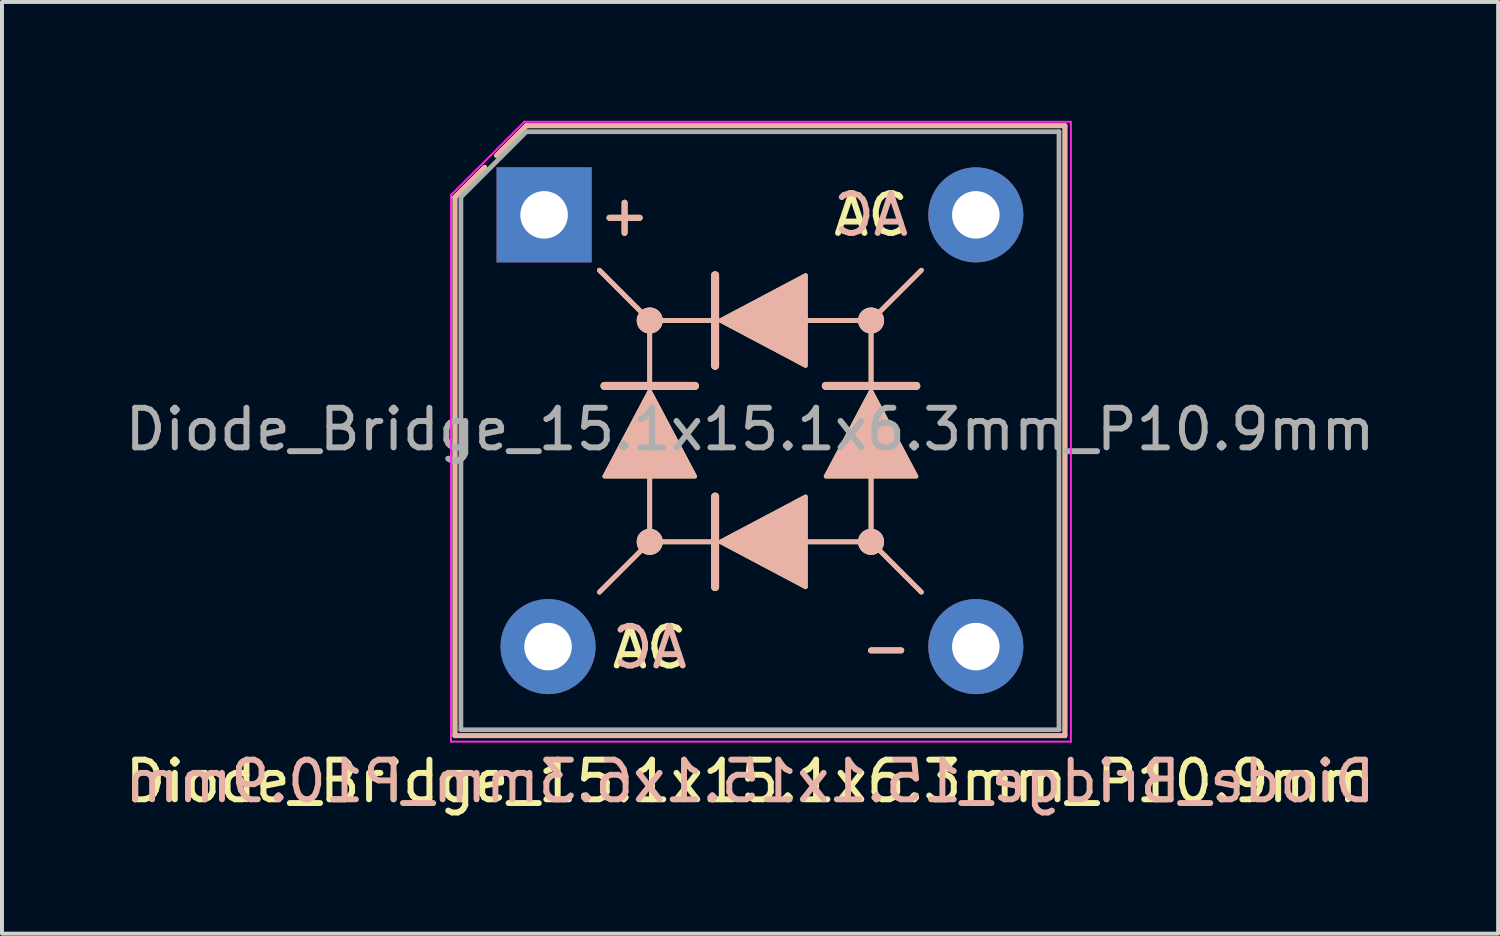
<source format=kicad_pcb>
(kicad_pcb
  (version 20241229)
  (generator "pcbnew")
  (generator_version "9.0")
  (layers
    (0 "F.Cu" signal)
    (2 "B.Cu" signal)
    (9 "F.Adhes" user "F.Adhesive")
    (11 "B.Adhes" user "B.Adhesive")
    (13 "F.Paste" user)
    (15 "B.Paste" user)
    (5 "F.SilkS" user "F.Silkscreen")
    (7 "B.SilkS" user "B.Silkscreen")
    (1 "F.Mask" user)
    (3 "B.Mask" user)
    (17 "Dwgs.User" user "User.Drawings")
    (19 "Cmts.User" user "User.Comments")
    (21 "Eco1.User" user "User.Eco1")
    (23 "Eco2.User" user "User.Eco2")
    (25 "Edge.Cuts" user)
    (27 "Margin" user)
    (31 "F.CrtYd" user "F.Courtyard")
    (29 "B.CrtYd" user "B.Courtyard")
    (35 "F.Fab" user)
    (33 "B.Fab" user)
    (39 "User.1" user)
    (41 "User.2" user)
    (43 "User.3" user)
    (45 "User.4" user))
  (footprint "Diode_Bridge_15.1x15.1x6.3mm_P10.9mm"
    (layer "F.Cu")
    (at 10.687 2.375)
    (property "Reference" "Diode_Bridge_15.1x15.1x6.3mm_P10.9mm" (at 5.2 14.3 180) (layer "F.SilkS") (effects (font (size 1 1) (thickness 0.15))))
    (fp_line (start -2.25 -0.45) (end -1.5 -1.2) (stroke (width 0.12) (type solid)) (layer "F.SilkS"))
    (fp_line (start -2.25 13.15) (end -2.25 -0.45) (stroke (width 0.12) (type solid)) (layer "F.SilkS"))
    (fp_line (start -1.2 -1.5) (end -0.45 -2.25) (stroke (width 0.12) (type solid)) (layer "F.SilkS"))
    (fp_line (start -0.45 -2.25) (end 13.15 -2.25) (stroke (width 0.12) (type solid)) (layer "F.SilkS"))
    (fp_line (start 1.397 1.397) (end 2.667 2.667) (stroke (width 0.12) (type solid)) (layer "F.SilkS"))
    (fp_line (start 1.397 9.525) (end 2.667 8.255) (stroke (width 0.12) (type solid)) (layer "F.SilkS"))
    (fp_line (start 2.667 4.318) (end 1.524 4.318) (stroke (width 0.2) (type solid)) (layer "F.SilkS"))
    (fp_line (start 2.667 4.318) (end 2.667 2.667) (stroke (width 0.12) (type solid)) (layer "F.SilkS"))
    (fp_line (start 2.667 8.255) (end 2.667 6.604) (stroke (width 0.12) (type solid)) (layer "F.SilkS"))
    (fp_line (start 3.81 4.318) (end 2.667 4.318) (stroke (width 0.2) (type solid)) (layer "F.SilkS"))
    (fp_line (start 4.318 1.524) (end 4.318 2.667) (stroke (width 0.2) (type solid)) (layer "F.SilkS"))
    (fp_line (start 4.318 2.667) (end 2.667 2.667) (stroke (width 0.12) (type solid)) (layer "F.SilkS"))
    (fp_line (start 4.318 2.667) (end 4.318 3.81) (stroke (width 0.2) (type solid)) (layer "F.SilkS"))
    (fp_line (start 4.318 7.112) (end 4.318 8.255) (stroke (width 0.2) (type solid)) (layer "F.SilkS"))
    (fp_line (start 4.318 8.255) (end 2.667 8.255) (stroke (width 0.12) (type solid)) (layer "F.SilkS"))
    (fp_line (start 4.318 8.255) (end 4.318 9.398) (stroke (width 0.2) (type solid)) (layer "F.SilkS"))
    (fp_line (start 8.255 2.667) (end 6.604 2.667) (stroke (width 0.12) (type solid)) (layer "F.SilkS"))
    (fp_line (start 8.255 4.318) (end 7.112 4.318) (stroke (width 0.2) (type solid)) (layer "F.SilkS"))
    (fp_line (start 8.255 4.318) (end 8.255 2.667) (stroke (width 0.12) (type solid)) (layer "F.SilkS"))
    (fp_line (start 8.255 8.255) (end 6.604 8.255) (stroke (width 0.12) (type solid)) (layer "F.SilkS"))
    (fp_line (start 8.255 8.255) (end 8.255 6.604) (stroke (width 0.12) (type solid)) (layer "F.SilkS"))
    (fp_line (start 9.398 4.318) (end 8.255 4.318) (stroke (width 0.2) (type solid)) (layer "F.SilkS"))
    (fp_line (start 9.525 1.397) (end 8.255 2.667) (stroke (width 0.12) (type solid)) (layer "F.SilkS"))
    (fp_line (start 9.525 9.525) (end 8.255 8.255) (stroke (width 0.12) (type solid)) (layer "F.SilkS"))
    (fp_line (start 13.15 -2.25) (end 13.15 13.15) (stroke (width 0.12) (type solid)) (layer "F.SilkS"))
    (fp_line (start 13.15 13.15) (end -2.25 13.15) (stroke (width 0.12) (type solid)) (layer "F.SilkS"))
    (fp_circle (center 2.667 2.667) (end 2.731 2.603) (stroke (width 0.12) (type solid)) (fill no) (layer "F.SilkS"))
    (fp_circle (center 2.667 2.667) (end 2.794 2.54) (stroke (width 0.12) (type solid)) (fill no) (layer "F.SilkS"))
    (fp_circle (center 2.667 2.667) (end 2.857 2.477) (stroke (width 0.12) (type solid)) (fill no) (layer "F.SilkS"))
    (fp_circle (center 2.667 8.255) (end 2.731 8.191) (stroke (width 0.12) (type solid)) (fill no) (layer "F.SilkS"))
    (fp_circle (center 2.667 8.255) (end 2.794 8.128) (stroke (width 0.12) (type solid)) (fill no) (layer "F.SilkS"))
    (fp_circle (center 2.667 8.255) (end 2.857 8.065) (stroke (width 0.12) (type solid)) (fill no) (layer "F.SilkS"))
    (fp_circle (center 8.255 2.667) (end 8.319 2.603) (stroke (width 0.12) (type solid)) (fill no) (layer "F.SilkS"))
    (fp_circle (center 8.255 2.667) (end 8.382 2.54) (stroke (width 0.12) (type solid)) (fill no) (layer "F.SilkS"))
    (fp_circle (center 8.255 2.667) (end 8.445 2.477) (stroke (width 0.12) (type solid)) (fill no) (layer "F.SilkS"))
    (fp_circle (center 8.255 8.255) (end 8.319 8.191) (stroke (width 0.12) (type solid)) (fill no) (layer "F.SilkS"))
    (fp_circle (center 8.255 8.255) (end 8.382 8.128) (stroke (width 0.12) (type solid)) (fill no) (layer "F.SilkS"))
    (fp_circle (center 8.255 8.255) (end 8.445 8.065) (stroke (width 0.12) (type solid)) (fill no) (layer "F.SilkS"))
    (fp_poly (pts (xy 3.81 6.604) (xy 1.524 6.604) (xy 2.667 4.445)) (stroke (width 0.1) (type solid)) (fill yes) (layer "F.SilkS"))
    (fp_poly (pts (xy 6.604 1.524) (xy 6.604 3.81) (xy 4.445 2.667)) (stroke (width 0.1) (type solid)) (fill yes) (layer "F.SilkS"))
    (fp_poly (pts (xy 6.604 7.112) (xy 6.604 9.398) (xy 4.445 8.255)) (stroke (width 0.1) (type solid)) (fill yes) (layer "F.SilkS"))
    (fp_poly (pts (xy 9.398 6.604) (xy 7.112 6.604) (xy 8.255 4.445)) (stroke (width 0.1) (type solid)) (fill yes) (layer "F.SilkS"))
    (fp_line (start -2.25 -0.45) (end -1.5 -1.2) (stroke (width 0.12) (type solid)) (layer "B.SilkS"))
    (fp_line (start -2.25 13.15) (end -2.25 -0.45) (stroke (width 0.12) (type solid)) (layer "B.SilkS"))
    (fp_line (start -1.2 -1.5) (end -0.45 -2.25) (stroke (width 0.12) (type solid)) (layer "B.SilkS"))
    (fp_line (start -0.45 -2.25) (end 13.15 -2.25) (stroke (width 0.12) (type solid)) (layer "B.SilkS"))
    (fp_line (start 1.397 1.397) (end 2.667 2.667) (stroke (width 0.12) (type solid)) (layer "B.SilkS"))
    (fp_line (start 1.397 9.525) (end 2.667 8.255) (stroke (width 0.12) (type solid)) (layer "B.SilkS"))
    (fp_line (start 2.667 4.318) (end 1.524 4.318) (stroke (width 0.2) (type solid)) (layer "B.SilkS"))
    (fp_line (start 2.667 4.318) (end 2.667 2.667) (stroke (width 0.12) (type solid)) (layer "B.SilkS"))
    (fp_line (start 2.667 8.255) (end 2.667 6.604) (stroke (width 0.12) (type solid)) (layer "B.SilkS"))
    (fp_line (start 3.81 4.318) (end 2.667 4.318) (stroke (width 0.2) (type solid)) (layer "B.SilkS"))
    (fp_line (start 4.318 1.524) (end 4.318 2.667) (stroke (width 0.2) (type solid)) (layer "B.SilkS"))
    (fp_line (start 4.318 2.667) (end 2.667 2.667) (stroke (width 0.12) (type solid)) (layer "B.SilkS"))
    (fp_line (start 4.318 2.667) (end 4.318 3.81) (stroke (width 0.2) (type solid)) (layer "B.SilkS"))
    (fp_line (start 4.318 7.112) (end 4.318 8.255) (stroke (width 0.2) (type solid)) (layer "B.SilkS"))
    (fp_line (start 4.318 8.255) (end 2.667 8.255) (stroke (width 0.12) (type solid)) (layer "B.SilkS"))
    (fp_line (start 4.318 8.255) (end 4.318 9.398) (stroke (width 0.2) (type solid)) (layer "B.SilkS"))
    (fp_line (start 8.255 2.667) (end 6.604 2.667) (stroke (width 0.12) (type solid)) (layer "B.SilkS"))
    (fp_line (start 8.255 4.318) (end 7.112 4.318) (stroke (width 0.2) (type solid)) (layer "B.SilkS"))
    (fp_line (start 8.255 4.318) (end 8.255 2.667) (stroke (width 0.12) (type solid)) (layer "B.SilkS"))
    (fp_line (start 8.255 8.255) (end 6.604 8.255) (stroke (width 0.12) (type solid)) (layer "B.SilkS"))
    (fp_line (start 8.255 8.255) (end 8.255 6.604) (stroke (width 0.12) (type solid)) (layer "B.SilkS"))
    (fp_line (start 9.398 4.318) (end 8.255 4.318) (stroke (width 0.2) (type solid)) (layer "B.SilkS"))
    (fp_line (start 9.525 1.397) (end 8.255 2.667) (stroke (width 0.12) (type solid)) (layer "B.SilkS"))
    (fp_line (start 9.525 9.525) (end 8.255 8.255) (stroke (width 0.12) (type solid)) (layer "B.SilkS"))
    (fp_line (start 13.15 -2.25) (end 13.15 13.15) (stroke (width 0.12) (type solid)) (layer "B.SilkS"))
    (fp_line (start 13.15 13.15) (end -2.25 13.15) (stroke (width 0.12) (type solid)) (layer "B.SilkS"))
    (fp_circle (center 2.667 2.667) (end 2.757 2.667) (stroke (width 0.12) (type solid)) (fill no) (layer "B.SilkS"))
    (fp_circle (center 2.667 2.667) (end 2.847 2.667) (stroke (width 0.12) (type solid)) (fill no) (layer "B.SilkS"))
    (fp_circle (center 2.667 2.667) (end 2.936 2.667) (stroke (width 0.12) (type solid)) (fill no) (layer "B.SilkS"))
    (fp_circle (center 2.667 8.255) (end 2.757 8.255) (stroke (width 0.12) (type solid)) (fill no) (layer "B.SilkS"))
    (fp_circle (center 2.667 8.255) (end 2.847 8.255) (stroke (width 0.12) (type solid)) (fill no) (layer "B.SilkS"))
    (fp_circle (center 2.667 8.255) (end 2.936 8.255) (stroke (width 0.12) (type solid)) (fill no) (layer "B.SilkS"))
    (fp_circle (center 8.255 2.667) (end 8.345 2.667) (stroke (width 0.12) (type solid)) (fill no) (layer "B.SilkS"))
    (fp_circle (center 8.255 2.667) (end 8.435 2.667) (stroke (width 0.12) (type solid)) (fill no) (layer "B.SilkS"))
    (fp_circle (center 8.255 2.667) (end 8.524 2.667) (stroke (width 0.12) (type solid)) (fill no) (layer "B.SilkS"))
    (fp_circle (center 8.255 8.255) (end 8.345 8.255) (stroke (width 0.12) (type solid)) (fill no) (layer "B.SilkS"))
    (fp_circle (center 8.255 8.255) (end 8.435 8.255) (stroke (width 0.12) (type solid)) (fill no) (layer "B.SilkS"))
    (fp_circle (center 8.255 8.255) (end 8.524 8.255) (stroke (width 0.12) (type solid)) (fill no) (layer "B.SilkS"))
    (fp_poly (pts (xy 3.81 6.604) (xy 1.524 6.604) (xy 2.667 4.445)) (stroke (width 0.1) (type solid)) (fill yes) (layer "B.SilkS"))
    (fp_poly (pts (xy 6.604 1.524) (xy 6.604 3.81) (xy 4.445 2.667)) (stroke (width 0.1) (type solid)) (fill yes) (layer "B.SilkS"))
    (fp_poly (pts (xy 6.604 7.112) (xy 6.604 9.398) (xy 4.445 8.255)) (stroke (width 0.1) (type solid)) (fill yes) (layer "B.SilkS"))
    (fp_poly (pts (xy 9.398 6.604) (xy 7.112 6.604) (xy 8.255 4.445)) (stroke (width 0.1) (type solid)) (fill yes) (layer "B.SilkS"))
    (fp_line (start -2.35 -0.5) (end -0.5 -2.35) (stroke (width 0.05) (type solid)) (layer "F.CrtYd"))
    (fp_line (start -2.35 13.3) (end -2.35 -0.5) (stroke (width 0.05) (type solid)) (layer "F.CrtYd"))
    (fp_line (start -0.5 -2.35) (end 13.3 -2.35) (stroke (width 0.05) (type solid)) (layer "F.CrtYd"))
    (fp_line (start 13.3 -2.35) (end 13.3 13.3) (stroke (width 0.05) (type solid)) (layer "F.CrtYd"))
    (fp_line (start 13.3 13.3) (end -2.35 13.3) (stroke (width 0.05) (type solid)) (layer "F.CrtYd"))
    (fp_line (start -2.1 -0.45) (end -0.45 -2.1) (stroke (width 0.12) (type solid)) (layer "F.Fab"))
    (fp_line (start -2.1 13) (end -2.1 -0.45) (stroke (width 0.12) (type solid)) (layer "F.Fab"))
    (fp_line (start -0.45 -2.1) (end 13 -2.1) (stroke (width 0.12) (type solid)) (layer "F.Fab"))
    (fp_line (start 13 -2.1) (end 13 13) (stroke (width 0.12) (type solid)) (layer "F.Fab"))
    (fp_line (start 13 13) (end -2.1 13) (stroke (width 0.12) (type solid)) (layer "F.Fab"))
    (fp_text user "+" (at 2.032 0 0) (layer "F.SilkS") (effects (font (size 1 1) (thickness 0.15))))
    (fp_text user "AC" (at 8.255 0 0) (layer "F.SilkS") (effects (font (size 1 1) (thickness 0.15))))
    (fp_text user "AC" (at 2.667 10.922 0) (layer "F.SilkS") (effects (font (size 1 1) (thickness 0.15))))
    (fp_text user "-" (at 8.636 10.922 0) (layer "F.SilkS") (effects (font (size 1 1) (thickness 0.15))))
    (fp_text user "+" (at 2.032 0 0) (layer "B.SilkS") (effects (font (size 1 1) (thickness 0.15)) (justify mirror)))
    (fp_text user "-" (at 8.636 10.922 0) (layer "B.SilkS") (effects (font (size 1 1) (thickness 0.15)) (justify mirror)))
    (fp_text user "${REFERENCE}" (at 5.2 14.3 0) (layer "B.SilkS") (effects (font (size 1 1) (thickness 0.15)) (justify mirror)))
    (fp_text user "AC" (at 2.667 10.922 0) (layer "B.SilkS") (effects (font (size 1 1) (thickness 0.15)) (justify mirror)))
    (fp_text user "AC" (at 8.255 0 0) (layer "B.SilkS") (effects (font (size 1 1) (thickness 0.15)) (justify mirror)))
    (fp_text user "${REFERENCE}" (at 5.2 5.415 180) (layer "F.Fab") (effects (font (size 1 1) (thickness 0.15))))
    (pad "1" thru_hole rect (at 0 0 180) (size 2.4 2.4) (drill 1.2) (layers "*.Cu" "*.Mask"))
    (pad "2" thru_hole circle (at 0.1 10.9 180) (size 2.4 2.4) (drill 1.2) (layers "*.Cu" "*.Mask"))
    (pad "3" thru_hole circle (at 10.9 10.9 180) (size 2.4 2.4) (drill 1.2) (layers "*.Cu" "*.Mask"))
    (pad "4" thru_hole circle (at 10.9 0 180) (size 2.4 2.4) (drill 1.2) (layers "*.Cu" "*.Mask")))
  (gr_rect
    (start -3 -3)
    (end 34.774 20.523)
    (stroke (width 0.1) (type default))
    (fill no)
    (layer "Edge.Cuts")))
</source>
